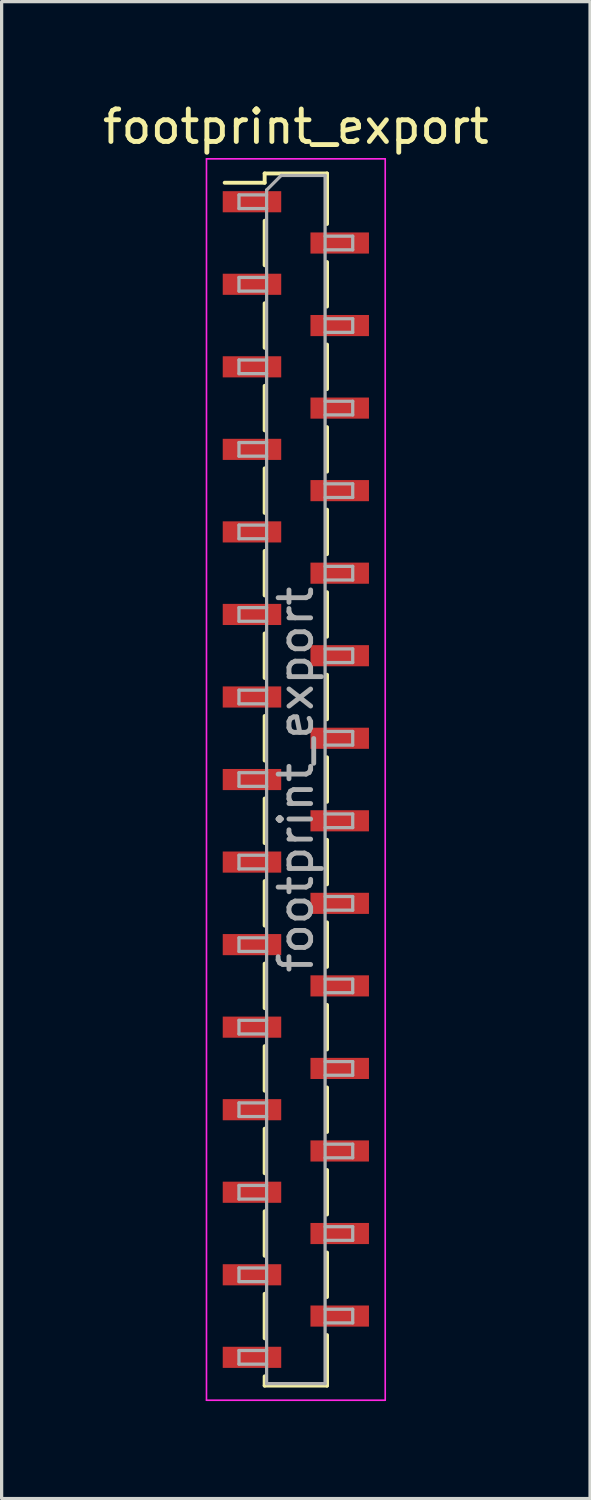
<source format=kicad_pcb>
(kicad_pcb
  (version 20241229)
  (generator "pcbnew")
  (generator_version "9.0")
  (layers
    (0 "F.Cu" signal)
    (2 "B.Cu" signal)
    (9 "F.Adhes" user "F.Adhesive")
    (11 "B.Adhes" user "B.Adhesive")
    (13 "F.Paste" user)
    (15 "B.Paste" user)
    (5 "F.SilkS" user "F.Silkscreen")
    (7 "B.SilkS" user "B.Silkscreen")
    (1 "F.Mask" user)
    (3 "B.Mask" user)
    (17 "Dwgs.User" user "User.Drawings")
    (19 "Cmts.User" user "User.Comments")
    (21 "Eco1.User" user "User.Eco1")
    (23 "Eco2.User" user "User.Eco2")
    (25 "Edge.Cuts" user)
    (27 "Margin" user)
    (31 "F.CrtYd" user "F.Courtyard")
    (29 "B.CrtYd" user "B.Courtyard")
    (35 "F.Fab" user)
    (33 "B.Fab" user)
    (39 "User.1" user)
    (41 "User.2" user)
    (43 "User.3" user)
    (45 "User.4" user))
  (footprint "footprint_export"
    (layer "F.Cu")
    (at 6.054 20.938)
    (property "Reference" "footprint_export" (at 0 -20.09 0) (layer "F.SilkS") (effects (font (size 1 1) (thickness 0.15))))
    (attr smd)
    (fp_line (start -2.19 -18.365) (end -0.96 -18.365) (stroke (width 0.12) (type solid)) (layer "F.SilkS"))
    (fp_line (start -0.96 -18.65) (end -0.96 -18.365) (stroke (width 0.12) (type solid)) (layer "F.SilkS"))
    (fp_line (start -0.96 -18.65) (end 0.96 -18.65) (stroke (width 0.12) (type solid)) (layer "F.SilkS"))
    (fp_line (start -0.96 -17.195) (end -0.96 -15.825) (stroke (width 0.12) (type solid)) (layer "F.SilkS"))
    (fp_line (start -0.96 -14.655) (end -0.96 -13.285) (stroke (width 0.12) (type solid)) (layer "F.SilkS"))
    (fp_line (start -0.96 -12.115) (end -0.96 -10.745) (stroke (width 0.12) (type solid)) (layer "F.SilkS"))
    (fp_line (start -0.96 -9.575) (end -0.96 -8.205) (stroke (width 0.12) (type solid)) (layer "F.SilkS"))
    (fp_line (start -0.96 -7.035) (end -0.96 -5.665) (stroke (width 0.12) (type solid)) (layer "F.SilkS"))
    (fp_line (start -0.96 -4.495) (end -0.96 -3.125) (stroke (width 0.12) (type solid)) (layer "F.SilkS"))
    (fp_line (start -0.96 -1.955) (end -0.96 -0.585) (stroke (width 0.12) (type solid)) (layer "F.SilkS"))
    (fp_line (start -0.96 0.585) (end -0.96 1.955) (stroke (width 0.12) (type solid)) (layer "F.SilkS"))
    (fp_line (start -0.96 3.125) (end -0.96 4.495) (stroke (width 0.12) (type solid)) (layer "F.SilkS"))
    (fp_line (start -0.96 5.665) (end -0.96 7.035) (stroke (width 0.12) (type solid)) (layer "F.SilkS"))
    (fp_line (start -0.96 8.205) (end -0.96 9.575) (stroke (width 0.12) (type solid)) (layer "F.SilkS"))
    (fp_line (start -0.96 10.745) (end -0.96 12.115) (stroke (width 0.12) (type solid)) (layer "F.SilkS"))
    (fp_line (start -0.96 13.285) (end -0.96 14.655) (stroke (width 0.12) (type solid)) (layer "F.SilkS"))
    (fp_line (start -0.96 15.825) (end -0.96 17.195) (stroke (width 0.12) (type solid)) (layer "F.SilkS"))
    (fp_line (start -0.96 18.365) (end -0.96 18.65) (stroke (width 0.12) (type solid)) (layer "F.SilkS"))
    (fp_line (start -0.96 18.65) (end 0.96 18.65) (stroke (width 0.12) (type solid)) (layer "F.SilkS"))
    (fp_line (start 0.96 -18.65) (end 0.96 -17.095) (stroke (width 0.12) (type solid)) (layer "F.SilkS"))
    (fp_line (start 0.96 -15.925) (end 0.96 -14.555) (stroke (width 0.12) (type solid)) (layer "F.SilkS"))
    (fp_line (start 0.96 -13.385) (end 0.96 -12.015) (stroke (width 0.12) (type solid)) (layer "F.SilkS"))
    (fp_line (start 0.96 -10.845) (end 0.96 -9.475) (stroke (width 0.12) (type solid)) (layer "F.SilkS"))
    (fp_line (start 0.96 -8.305) (end 0.96 -6.935) (stroke (width 0.12) (type solid)) (layer "F.SilkS"))
    (fp_line (start 0.96 -5.765) (end 0.96 -4.395) (stroke (width 0.12) (type solid)) (layer "F.SilkS"))
    (fp_line (start 0.96 -3.225) (end 0.96 -1.855) (stroke (width 0.12) (type solid)) (layer "F.SilkS"))
    (fp_line (start 0.96 -0.685) (end 0.96 0.685) (stroke (width 0.12) (type solid)) (layer "F.SilkS"))
    (fp_line (start 0.96 1.855) (end 0.96 3.225) (stroke (width 0.12) (type solid)) (layer "F.SilkS"))
    (fp_line (start 0.96 4.395) (end 0.96 5.765) (stroke (width 0.12) (type solid)) (layer "F.SilkS"))
    (fp_line (start 0.96 6.935) (end 0.96 8.305) (stroke (width 0.12) (type solid)) (layer "F.SilkS"))
    (fp_line (start 0.96 9.475) (end 0.96 10.845) (stroke (width 0.12) (type solid)) (layer "F.SilkS"))
    (fp_line (start 0.96 12.015) (end 0.96 13.385) (stroke (width 0.12) (type solid)) (layer "F.SilkS"))
    (fp_line (start 0.96 14.555) (end 0.96 15.925) (stroke (width 0.12) (type solid)) (layer "F.SilkS"))
    (fp_line (start 0.96 17.095) (end 0.96 18.65) (stroke (width 0.12) (type solid)) (layer "F.SilkS"))
    (fp_line (start -2.75 -19.1) (end 2.75 -19.1) (stroke (width 0.05) (type solid)) (layer "F.CrtYd"))
    (fp_line (start -2.75 19.1) (end -2.75 -19.1) (stroke (width 0.05) (type solid)) (layer "F.CrtYd"))
    (fp_line (start 2.75 -19.1) (end 2.75 19.1) (stroke (width 0.05) (type solid)) (layer "F.CrtYd"))
    (fp_line (start 2.75 19.1) (end -2.75 19.1) (stroke (width 0.05) (type solid)) (layer "F.CrtYd"))
    (fp_line (start -1.75 -17.99) (end -0.9 -17.99) (stroke (width 0.1) (type solid)) (layer "F.Fab"))
    (fp_line (start -1.75 -17.57) (end -1.75 -17.99) (stroke (width 0.1) (type solid)) (layer "F.Fab"))
    (fp_line (start -1.75 -15.45) (end -0.9 -15.45) (stroke (width 0.1) (type solid)) (layer "F.Fab"))
    (fp_line (start -1.75 -15.03) (end -1.75 -15.45) (stroke (width 0.1) (type solid)) (layer "F.Fab"))
    (fp_line (start -1.75 -12.91) (end -0.9 -12.91) (stroke (width 0.1) (type solid)) (layer "F.Fab"))
    (fp_line (start -1.75 -12.49) (end -1.75 -12.91) (stroke (width 0.1) (type solid)) (layer "F.Fab"))
    (fp_line (start -1.75 -10.37) (end -0.9 -10.37) (stroke (width 0.1) (type solid)) (layer "F.Fab"))
    (fp_line (start -1.75 -9.95) (end -1.75 -10.37) (stroke (width 0.1) (type solid)) (layer "F.Fab"))
    (fp_line (start -1.75 -7.83) (end -0.9 -7.83) (stroke (width 0.1) (type solid)) (layer "F.Fab"))
    (fp_line (start -1.75 -7.41) (end -1.75 -7.83) (stroke (width 0.1) (type solid)) (layer "F.Fab"))
    (fp_line (start -1.75 -5.29) (end -0.9 -5.29) (stroke (width 0.1) (type solid)) (layer "F.Fab"))
    (fp_line (start -1.75 -4.87) (end -1.75 -5.29) (stroke (width 0.1) (type solid)) (layer "F.Fab"))
    (fp_line (start -1.75 -2.75) (end -0.9 -2.75) (stroke (width 0.1) (type solid)) (layer "F.Fab"))
    (fp_line (start -1.75 -2.33) (end -1.75 -2.75) (stroke (width 0.1) (type solid)) (layer "F.Fab"))
    (fp_line (start -1.75 -0.21) (end -0.9 -0.21) (stroke (width 0.1) (type solid)) (layer "F.Fab"))
    (fp_line (start -1.75 0.21) (end -1.75 -0.21) (stroke (width 0.1) (type solid)) (layer "F.Fab"))
    (fp_line (start -1.75 2.33) (end -0.9 2.33) (stroke (width 0.1) (type solid)) (layer "F.Fab"))
    (fp_line (start -1.75 2.75) (end -1.75 2.33) (stroke (width 0.1) (type solid)) (layer "F.Fab"))
    (fp_line (start -1.75 4.87) (end -0.9 4.87) (stroke (width 0.1) (type solid)) (layer "F.Fab"))
    (fp_line (start -1.75 5.29) (end -1.75 4.87) (stroke (width 0.1) (type solid)) (layer "F.Fab"))
    (fp_line (start -1.75 7.41) (end -0.9 7.41) (stroke (width 0.1) (type solid)) (layer "F.Fab"))
    (fp_line (start -1.75 7.83) (end -1.75 7.41) (stroke (width 0.1) (type solid)) (layer "F.Fab"))
    (fp_line (start -1.75 9.95) (end -0.9 9.95) (stroke (width 0.1) (type solid)) (layer "F.Fab"))
    (fp_line (start -1.75 10.37) (end -1.75 9.95) (stroke (width 0.1) (type solid)) (layer "F.Fab"))
    (fp_line (start -1.75 12.49) (end -0.9 12.49) (stroke (width 0.1) (type solid)) (layer "F.Fab"))
    (fp_line (start -1.75 12.91) (end -1.75 12.49) (stroke (width 0.1) (type solid)) (layer "F.Fab"))
    (fp_line (start -1.75 15.03) (end -0.9 15.03) (stroke (width 0.1) (type solid)) (layer "F.Fab"))
    (fp_line (start -1.75 15.45) (end -1.75 15.03) (stroke (width 0.1) (type solid)) (layer "F.Fab"))
    (fp_line (start -1.75 17.57) (end -0.9 17.57) (stroke (width 0.1) (type solid)) (layer "F.Fab"))
    (fp_line (start -1.75 17.99) (end -1.75 17.57) (stroke (width 0.1) (type solid)) (layer "F.Fab"))
    (fp_line (start -0.9 -18.14) (end -0.45 -18.59) (stroke (width 0.1) (type solid)) (layer "F.Fab"))
    (fp_line (start -0.9 -17.57) (end -1.75 -17.57) (stroke (width 0.1) (type solid)) (layer "F.Fab"))
    (fp_line (start -0.9 -15.03) (end -1.75 -15.03) (stroke (width 0.1) (type solid)) (layer "F.Fab"))
    (fp_line (start -0.9 -12.49) (end -1.75 -12.49) (stroke (width 0.1) (type solid)) (layer "F.Fab"))
    (fp_line (start -0.9 -9.95) (end -1.75 -9.95) (stroke (width 0.1) (type solid)) (layer "F.Fab"))
    (fp_line (start -0.9 -7.41) (end -1.75 -7.41) (stroke (width 0.1) (type solid)) (layer "F.Fab"))
    (fp_line (start -0.9 -4.87) (end -1.75 -4.87) (stroke (width 0.1) (type solid)) (layer "F.Fab"))
    (fp_line (start -0.9 -2.33) (end -1.75 -2.33) (stroke (width 0.1) (type solid)) (layer "F.Fab"))
    (fp_line (start -0.9 0.21) (end -1.75 0.21) (stroke (width 0.1) (type solid)) (layer "F.Fab"))
    (fp_line (start -0.9 2.75) (end -1.75 2.75) (stroke (width 0.1) (type solid)) (layer "F.Fab"))
    (fp_line (start -0.9 5.29) (end -1.75 5.29) (stroke (width 0.1) (type solid)) (layer "F.Fab"))
    (fp_line (start -0.9 7.83) (end -1.75 7.83) (stroke (width 0.1) (type solid)) (layer "F.Fab"))
    (fp_line (start -0.9 10.37) (end -1.75 10.37) (stroke (width 0.1) (type solid)) (layer "F.Fab"))
    (fp_line (start -0.9 12.91) (end -1.75 12.91) (stroke (width 0.1) (type solid)) (layer "F.Fab"))
    (fp_line (start -0.9 15.45) (end -1.75 15.45) (stroke (width 0.1) (type solid)) (layer "F.Fab"))
    (fp_line (start -0.9 17.99) (end -1.75 17.99) (stroke (width 0.1) (type solid)) (layer "F.Fab"))
    (fp_line (start -0.9 18.59) (end -0.9 -18.14) (stroke (width 0.1) (type solid)) (layer "F.Fab"))
    (fp_line (start -0.45 -18.59) (end 0.9 -18.59) (stroke (width 0.1) (type solid)) (layer "F.Fab"))
    (fp_line (start 0.9 -18.59) (end 0.9 18.59) (stroke (width 0.1) (type solid)) (layer "F.Fab"))
    (fp_line (start 0.9 -16.72) (end 1.75 -16.72) (stroke (width 0.1) (type solid)) (layer "F.Fab"))
    (fp_line (start 0.9 -14.18) (end 1.75 -14.18) (stroke (width 0.1) (type solid)) (layer "F.Fab"))
    (fp_line (start 0.9 -11.64) (end 1.75 -11.64) (stroke (width 0.1) (type solid)) (layer "F.Fab"))
    (fp_line (start 0.9 -9.1) (end 1.75 -9.1) (stroke (width 0.1) (type solid)) (layer "F.Fab"))
    (fp_line (start 0.9 -6.56) (end 1.75 -6.56) (stroke (width 0.1) (type solid)) (layer "F.Fab"))
    (fp_line (start 0.9 -4.02) (end 1.75 -4.02) (stroke (width 0.1) (type solid)) (layer "F.Fab"))
    (fp_line (start 0.9 -1.48) (end 1.75 -1.48) (stroke (width 0.1) (type solid)) (layer "F.Fab"))
    (fp_line (start 0.9 1.06) (end 1.75 1.06) (stroke (width 0.1) (type solid)) (layer "F.Fab"))
    (fp_line (start 0.9 3.6) (end 1.75 3.6) (stroke (width 0.1) (type solid)) (layer "F.Fab"))
    (fp_line (start 0.9 6.14) (end 1.75 6.14) (stroke (width 0.1) (type solid)) (layer "F.Fab"))
    (fp_line (start 0.9 8.68) (end 1.75 8.68) (stroke (width 0.1) (type solid)) (layer "F.Fab"))
    (fp_line (start 0.9 11.22) (end 1.75 11.22) (stroke (width 0.1) (type solid)) (layer "F.Fab"))
    (fp_line (start 0.9 13.76) (end 1.75 13.76) (stroke (width 0.1) (type solid)) (layer "F.Fab"))
    (fp_line (start 0.9 16.3) (end 1.75 16.3) (stroke (width 0.1) (type solid)) (layer "F.Fab"))
    (fp_line (start 0.9 18.59) (end -0.9 18.59) (stroke (width 0.1) (type solid)) (layer "F.Fab"))
    (fp_line (start 1.75 -16.72) (end 1.75 -16.3) (stroke (width 0.1) (type solid)) (layer "F.Fab"))
    (fp_line (start 1.75 -16.3) (end 0.9 -16.3) (stroke (width 0.1) (type solid)) (layer "F.Fab"))
    (fp_line (start 1.75 -14.18) (end 1.75 -13.76) (stroke (width 0.1) (type solid)) (layer "F.Fab"))
    (fp_line (start 1.75 -13.76) (end 0.9 -13.76) (stroke (width 0.1) (type solid)) (layer "F.Fab"))
    (fp_line (start 1.75 -11.64) (end 1.75 -11.22) (stroke (width 0.1) (type solid)) (layer "F.Fab"))
    (fp_line (start 1.75 -11.22) (end 0.9 -11.22) (stroke (width 0.1) (type solid)) (layer "F.Fab"))
    (fp_line (start 1.75 -9.1) (end 1.75 -8.68) (stroke (width 0.1) (type solid)) (layer "F.Fab"))
    (fp_line (start 1.75 -8.68) (end 0.9 -8.68) (stroke (width 0.1) (type solid)) (layer "F.Fab"))
    (fp_line (start 1.75 -6.56) (end 1.75 -6.14) (stroke (width 0.1) (type solid)) (layer "F.Fab"))
    (fp_line (start 1.75 -6.14) (end 0.9 -6.14) (stroke (width 0.1) (type solid)) (layer "F.Fab"))
    (fp_line (start 1.75 -4.02) (end 1.75 -3.6) (stroke (width 0.1) (type solid)) (layer "F.Fab"))
    (fp_line (start 1.75 -3.6) (end 0.9 -3.6) (stroke (width 0.1) (type solid)) (layer "F.Fab"))
    (fp_line (start 1.75 -1.48) (end 1.75 -1.06) (stroke (width 0.1) (type solid)) (layer "F.Fab"))
    (fp_line (start 1.75 -1.06) (end 0.9 -1.06) (stroke (width 0.1) (type solid)) (layer "F.Fab"))
    (fp_line (start 1.75 1.06) (end 1.75 1.48) (stroke (width 0.1) (type solid)) (layer "F.Fab"))
    (fp_line (start 1.75 1.48) (end 0.9 1.48) (stroke (width 0.1) (type solid)) (layer "F.Fab"))
    (fp_line (start 1.75 3.6) (end 1.75 4.02) (stroke (width 0.1) (type solid)) (layer "F.Fab"))
    (fp_line (start 1.75 4.02) (end 0.9 4.02) (stroke (width 0.1) (type solid)) (layer "F.Fab"))
    (fp_line (start 1.75 6.14) (end 1.75 6.56) (stroke (width 0.1) (type solid)) (layer "F.Fab"))
    (fp_line (start 1.75 6.56) (end 0.9 6.56) (stroke (width 0.1) (type solid)) (layer "F.Fab"))
    (fp_line (start 1.75 8.68) (end 1.75 9.1) (stroke (width 0.1) (type solid)) (layer "F.Fab"))
    (fp_line (start 1.75 9.1) (end 0.9 9.1) (stroke (width 0.1) (type solid)) (layer "F.Fab"))
    (fp_line (start 1.75 11.22) (end 1.75 11.64) (stroke (width 0.1) (type solid)) (layer "F.Fab"))
    (fp_line (start 1.75 11.64) (end 0.9 11.64) (stroke (width 0.1) (type solid)) (layer "F.Fab"))
    (fp_line (start 1.75 13.76) (end 1.75 14.18) (stroke (width 0.1) (type solid)) (layer "F.Fab"))
    (fp_line (start 1.75 14.18) (end 0.9 14.18) (stroke (width 0.1) (type solid)) (layer "F.Fab"))
    (fp_line (start 1.75 16.3) (end 1.75 16.72) (stroke (width 0.1) (type solid)) (layer "F.Fab"))
    (fp_line (start 1.75 16.72) (end 0.9 16.72) (stroke (width 0.1) (type solid)) (layer "F.Fab"))
    (fp_text user "${REFERENCE}" (at 0 0 90) (layer "F.Fab") (effects (font (size 1 1) (thickness 0.15))))
    (pad "1" smd rect (at -1.35 -17.78) (size 1.8 0.65) (layers "F.Cu" "F.Mask" "F.Paste"))
    (pad "2" smd rect (at 1.35 -16.51) (size 1.8 0.65) (layers "F.Cu" "F.Mask" "F.Paste"))
    (pad "3" smd rect (at -1.35 -15.24) (size 1.8 0.65) (layers "F.Cu" "F.Mask" "F.Paste"))
    (pad "4" smd rect (at 1.35 -13.97) (size 1.8 0.65) (layers "F.Cu" "F.Mask" "F.Paste"))
    (pad "5" smd rect (at -1.35 -12.7) (size 1.8 0.65) (layers "F.Cu" "F.Mask" "F.Paste"))
    (pad "6" smd rect (at 1.35 -11.43) (size 1.8 0.65) (layers "F.Cu" "F.Mask" "F.Paste"))
    (pad "7" smd rect (at -1.35 -10.16) (size 1.8 0.65) (layers "F.Cu" "F.Mask" "F.Paste"))
    (pad "8" smd rect (at 1.35 -8.89) (size 1.8 0.65) (layers "F.Cu" "F.Mask" "F.Paste"))
    (pad "9" smd rect (at -1.35 -7.62) (size 1.8 0.65) (layers "F.Cu" "F.Mask" "F.Paste"))
    (pad "10" smd rect (at 1.35 -6.35) (size 1.8 0.65) (layers "F.Cu" "F.Mask" "F.Paste"))
    (pad "11" smd rect (at -1.35 -5.08) (size 1.8 0.65) (layers "F.Cu" "F.Mask" "F.Paste"))
    (pad "12" smd rect (at 1.35 -3.81) (size 1.8 0.65) (layers "F.Cu" "F.Mask" "F.Paste"))
    (pad "13" smd rect (at -1.35 -2.54) (size 1.8 0.65) (layers "F.Cu" "F.Mask" "F.Paste"))
    (pad "14" smd rect (at 1.35 -1.27) (size 1.8 0.65) (layers "F.Cu" "F.Mask" "F.Paste"))
    (pad "15" smd rect (at -1.35 0) (size 1.8 0.65) (layers "F.Cu" "F.Mask" "F.Paste"))
    (pad "16" smd rect (at 1.35 1.27) (size 1.8 0.65) (layers "F.Cu" "F.Mask" "F.Paste"))
    (pad "17" smd rect (at -1.35 2.54) (size 1.8 0.65) (layers "F.Cu" "F.Mask" "F.Paste"))
    (pad "18" smd rect (at 1.35 3.81) (size 1.8 0.65) (layers "F.Cu" "F.Mask" "F.Paste"))
    (pad "19" smd rect (at -1.35 5.08) (size 1.8 0.65) (layers "F.Cu" "F.Mask" "F.Paste"))
    (pad "20" smd rect (at 1.35 6.35) (size 1.8 0.65) (layers "F.Cu" "F.Mask" "F.Paste"))
    (pad "21" smd rect (at -1.35 7.62) (size 1.8 0.65) (layers "F.Cu" "F.Mask" "F.Paste"))
    (pad "22" smd rect (at 1.35 8.89) (size 1.8 0.65) (layers "F.Cu" "F.Mask" "F.Paste"))
    (pad "23" smd rect (at -1.35 10.16) (size 1.8 0.65) (layers "F.Cu" "F.Mask" "F.Paste"))
    (pad "24" smd rect (at 1.35 11.43) (size 1.8 0.65) (layers "F.Cu" "F.Mask" "F.Paste"))
    (pad "25" smd rect (at -1.35 12.7) (size 1.8 0.65) (layers "F.Cu" "F.Mask" "F.Paste"))
    (pad "26" smd rect (at 1.35 13.97) (size 1.8 0.65) (layers "F.Cu" "F.Mask" "F.Paste"))
    (pad "27" smd rect (at -1.35 15.24) (size 1.8 0.65) (layers "F.Cu" "F.Mask" "F.Paste"))
    (pad "28" smd rect (at 1.35 16.51) (size 1.8 0.65) (layers "F.Cu" "F.Mask" "F.Paste"))
    (pad "29" smd rect (at -1.35 17.78) (size 1.8 0.65) (layers "F.Cu" "F.Mask" "F.Paste")))
  (gr_rect
    (start -3 -3)
    (end 15.107 43.063)
    (stroke (width 0.1) (type default))
    (fill no)
    (layer "Edge.Cuts")))
</source>
